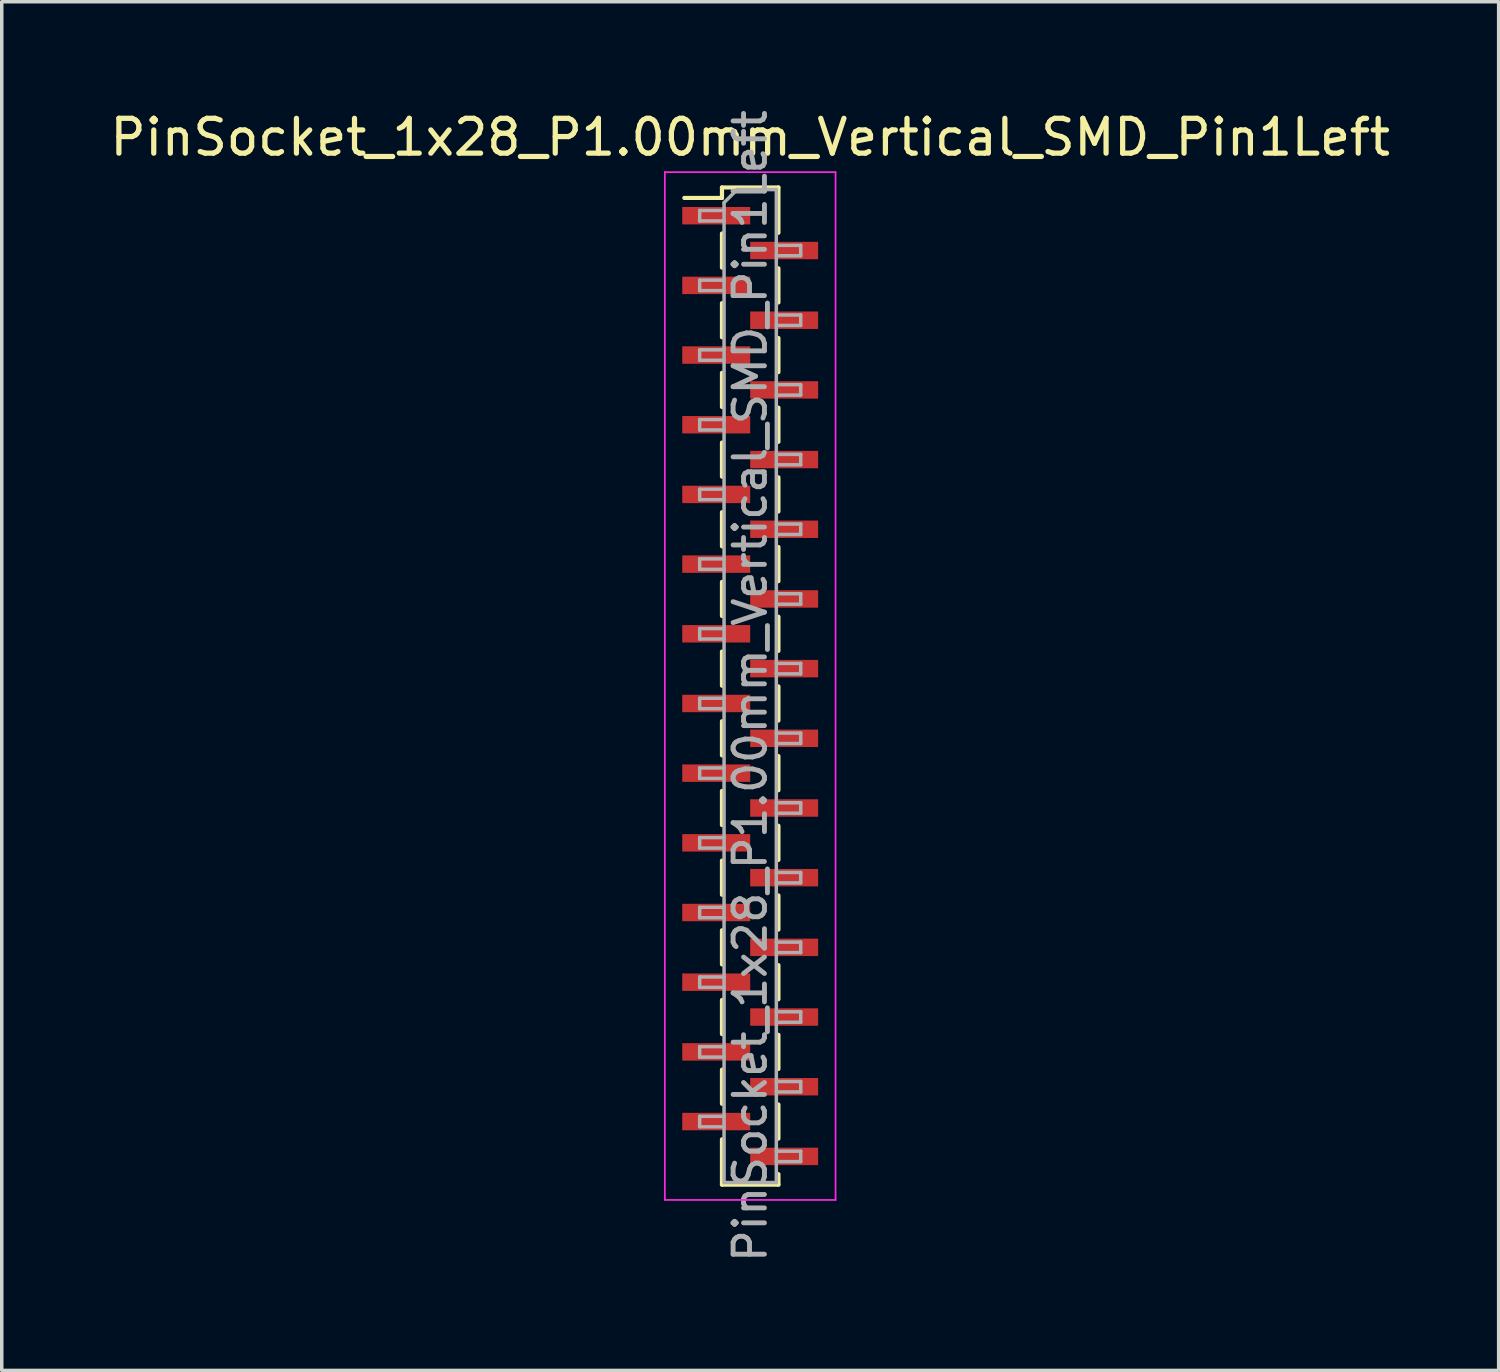
<source format=kicad_pcb>
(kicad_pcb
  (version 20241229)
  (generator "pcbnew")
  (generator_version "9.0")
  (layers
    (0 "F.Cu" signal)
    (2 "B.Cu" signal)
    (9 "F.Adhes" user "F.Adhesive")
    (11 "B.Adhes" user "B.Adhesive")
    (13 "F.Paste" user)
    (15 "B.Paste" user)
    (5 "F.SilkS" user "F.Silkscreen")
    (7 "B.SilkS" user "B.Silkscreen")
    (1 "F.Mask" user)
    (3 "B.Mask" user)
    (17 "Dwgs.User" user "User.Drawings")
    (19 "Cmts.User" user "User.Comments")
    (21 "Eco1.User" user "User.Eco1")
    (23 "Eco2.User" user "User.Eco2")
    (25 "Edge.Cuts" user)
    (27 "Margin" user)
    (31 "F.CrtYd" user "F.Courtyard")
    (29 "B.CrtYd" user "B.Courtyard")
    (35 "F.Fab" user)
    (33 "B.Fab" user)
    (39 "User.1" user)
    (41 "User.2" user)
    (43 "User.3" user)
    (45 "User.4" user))
  (footprint "PinSocket_1x28_P1.00mm_Vertical_SMD_Pin1Left"
    (layer "F.Cu")
    (at 18.482 16.641)
    (property "Reference" "PinSocket_1x28_P1.00mm_Vertical_SMD_Pin1Left" (at 0 -15.75 0) (layer "F.SilkS") (effects (font (size 1 1) (thickness 0.15))))
    (attr smd)
    (fp_line (start -1.89 -14.01) (end -0.81 -14.01) (stroke (width 0.12) (type solid)) (layer "F.SilkS"))
    (fp_line (start -0.81 -14.31) (end -0.81 -14.01) (stroke (width 0.12) (type solid)) (layer "F.SilkS"))
    (fp_line (start -0.81 -14.31) (end 0.81 -14.31) (stroke (width 0.12) (type solid)) (layer "F.SilkS"))
    (fp_line (start -0.81 -12.99) (end -0.81 -12.01) (stroke (width 0.12) (type solid)) (layer "F.SilkS"))
    (fp_line (start -0.81 -10.99) (end -0.81 -10.01) (stroke (width 0.12) (type solid)) (layer "F.SilkS"))
    (fp_line (start -0.81 -8.99) (end -0.81 -8.01) (stroke (width 0.12) (type solid)) (layer "F.SilkS"))
    (fp_line (start -0.81 -6.99) (end -0.81 -6.01) (stroke (width 0.12) (type solid)) (layer "F.SilkS"))
    (fp_line (start -0.81 -4.99) (end -0.81 -4.01) (stroke (width 0.12) (type solid)) (layer "F.SilkS"))
    (fp_line (start -0.81 -2.99) (end -0.81 -2.01) (stroke (width 0.12) (type solid)) (layer "F.SilkS"))
    (fp_line (start -0.81 -0.99) (end -0.81 -0.01) (stroke (width 0.12) (type solid)) (layer "F.SilkS"))
    (fp_line (start -0.81 1.01) (end -0.81 1.99) (stroke (width 0.12) (type solid)) (layer "F.SilkS"))
    (fp_line (start -0.81 3.01) (end -0.81 3.99) (stroke (width 0.12) (type solid)) (layer "F.SilkS"))
    (fp_line (start -0.81 5.01) (end -0.81 5.99) (stroke (width 0.12) (type solid)) (layer "F.SilkS"))
    (fp_line (start -0.81 7.01) (end -0.81 7.99) (stroke (width 0.12) (type solid)) (layer "F.SilkS"))
    (fp_line (start -0.81 9.01) (end -0.81 9.99) (stroke (width 0.12) (type solid)) (layer "F.SilkS"))
    (fp_line (start -0.81 11.01) (end -0.81 11.99) (stroke (width 0.12) (type solid)) (layer "F.SilkS"))
    (fp_line (start -0.81 13.01) (end -0.81 14.31) (stroke (width 0.12) (type solid)) (layer "F.SilkS"))
    (fp_line (start -0.81 14.31) (end 0.81 14.31) (stroke (width 0.12) (type solid)) (layer "F.SilkS"))
    (fp_line (start 0.81 -14.31) (end 0.81 -13.01) (stroke (width 0.12) (type solid)) (layer "F.SilkS"))
    (fp_line (start 0.81 -11.99) (end 0.81 -11.01) (stroke (width 0.12) (type solid)) (layer "F.SilkS"))
    (fp_line (start 0.81 -9.99) (end 0.81 -9.01) (stroke (width 0.12) (type solid)) (layer "F.SilkS"))
    (fp_line (start 0.81 -7.99) (end 0.81 -7.01) (stroke (width 0.12) (type solid)) (layer "F.SilkS"))
    (fp_line (start 0.81 -5.99) (end 0.81 -5.01) (stroke (width 0.12) (type solid)) (layer "F.SilkS"))
    (fp_line (start 0.81 -3.99) (end 0.81 -3.01) (stroke (width 0.12) (type solid)) (layer "F.SilkS"))
    (fp_line (start 0.81 -1.99) (end 0.81 -1.01) (stroke (width 0.12) (type solid)) (layer "F.SilkS"))
    (fp_line (start 0.81 0.01) (end 0.81 0.99) (stroke (width 0.12) (type solid)) (layer "F.SilkS"))
    (fp_line (start 0.81 2.01) (end 0.81 2.99) (stroke (width 0.12) (type solid)) (layer "F.SilkS"))
    (fp_line (start 0.81 4.01) (end 0.81 4.99) (stroke (width 0.12) (type solid)) (layer "F.SilkS"))
    (fp_line (start 0.81 6.01) (end 0.81 6.99) (stroke (width 0.12) (type solid)) (layer "F.SilkS"))
    (fp_line (start 0.81 8.01) (end 0.81 8.99) (stroke (width 0.12) (type solid)) (layer "F.SilkS"))
    (fp_line (start 0.81 10.01) (end 0.81 10.99) (stroke (width 0.12) (type solid)) (layer "F.SilkS"))
    (fp_line (start 0.81 12.01) (end 0.81 12.99) (stroke (width 0.12) (type solid)) (layer "F.SilkS"))
    (fp_line (start 0.81 14.01) (end 0.81 14.31) (stroke (width 0.12) (type solid)) (layer "F.SilkS"))
    (fp_line (start -2.45 -14.75) (end 2.45 -14.75) (stroke (width 0.05) (type solid)) (layer "F.CrtYd"))
    (fp_line (start -2.45 14.75) (end -2.45 -14.75) (stroke (width 0.05) (type solid)) (layer "F.CrtYd"))
    (fp_line (start 2.45 -14.75) (end 2.45 14.75) (stroke (width 0.05) (type solid)) (layer "F.CrtYd"))
    (fp_line (start 2.45 14.75) (end -2.45 14.75) (stroke (width 0.05) (type solid)) (layer "F.CrtYd"))
    (fp_line (start -1.45 -13.65) (end -0.75 -13.65) (stroke (width 0.1) (type solid)) (layer "F.Fab"))
    (fp_line (start -1.45 -13.35) (end -1.45 -13.65) (stroke (width 0.1) (type solid)) (layer "F.Fab"))
    (fp_line (start -1.45 -11.65) (end -0.75 -11.65) (stroke (width 0.1) (type solid)) (layer "F.Fab"))
    (fp_line (start -1.45 -11.35) (end -1.45 -11.65) (stroke (width 0.1) (type solid)) (layer "F.Fab"))
    (fp_line (start -1.45 -9.65) (end -0.75 -9.65) (stroke (width 0.1) (type solid)) (layer "F.Fab"))
    (fp_line (start -1.45 -9.35) (end -1.45 -9.65) (stroke (width 0.1) (type solid)) (layer "F.Fab"))
    (fp_line (start -1.45 -7.65) (end -0.75 -7.65) (stroke (width 0.1) (type solid)) (layer "F.Fab"))
    (fp_line (start -1.45 -7.35) (end -1.45 -7.65) (stroke (width 0.1) (type solid)) (layer "F.Fab"))
    (fp_line (start -1.45 -5.65) (end -0.75 -5.65) (stroke (width 0.1) (type solid)) (layer "F.Fab"))
    (fp_line (start -1.45 -5.35) (end -1.45 -5.65) (stroke (width 0.1) (type solid)) (layer "F.Fab"))
    (fp_line (start -1.45 -3.65) (end -0.75 -3.65) (stroke (width 0.1) (type solid)) (layer "F.Fab"))
    (fp_line (start -1.45 -3.35) (end -1.45 -3.65) (stroke (width 0.1) (type solid)) (layer "F.Fab"))
    (fp_line (start -1.45 -1.65) (end -0.75 -1.65) (stroke (width 0.1) (type solid)) (layer "F.Fab"))
    (fp_line (start -1.45 -1.35) (end -1.45 -1.65) (stroke (width 0.1) (type solid)) (layer "F.Fab"))
    (fp_line (start -1.45 0.35) (end -0.75 0.35) (stroke (width 0.1) (type solid)) (layer "F.Fab"))
    (fp_line (start -1.45 0.65) (end -1.45 0.35) (stroke (width 0.1) (type solid)) (layer "F.Fab"))
    (fp_line (start -1.45 2.35) (end -0.75 2.35) (stroke (width 0.1) (type solid)) (layer "F.Fab"))
    (fp_line (start -1.45 2.65) (end -1.45 2.35) (stroke (width 0.1) (type solid)) (layer "F.Fab"))
    (fp_line (start -1.45 4.35) (end -0.75 4.35) (stroke (width 0.1) (type solid)) (layer "F.Fab"))
    (fp_line (start -1.45 4.65) (end -1.45 4.35) (stroke (width 0.1) (type solid)) (layer "F.Fab"))
    (fp_line (start -1.45 6.35) (end -0.75 6.35) (stroke (width 0.1) (type solid)) (layer "F.Fab"))
    (fp_line (start -1.45 6.65) (end -1.45 6.35) (stroke (width 0.1) (type solid)) (layer "F.Fab"))
    (fp_line (start -1.45 8.35) (end -0.75 8.35) (stroke (width 0.1) (type solid)) (layer "F.Fab"))
    (fp_line (start -1.45 8.65) (end -1.45 8.35) (stroke (width 0.1) (type solid)) (layer "F.Fab"))
    (fp_line (start -1.45 10.35) (end -0.75 10.35) (stroke (width 0.1) (type solid)) (layer "F.Fab"))
    (fp_line (start -1.45 10.65) (end -1.45 10.35) (stroke (width 0.1) (type solid)) (layer "F.Fab"))
    (fp_line (start -1.45 12.35) (end -0.75 12.35) (stroke (width 0.1) (type solid)) (layer "F.Fab"))
    (fp_line (start -1.45 12.65) (end -1.45 12.35) (stroke (width 0.1) (type solid)) (layer "F.Fab"))
    (fp_line (start -0.75 -13.875) (end -0.375 -14.25) (stroke (width 0.1) (type solid)) (layer "F.Fab"))
    (fp_line (start -0.75 -13.35) (end -1.45 -13.35) (stroke (width 0.1) (type solid)) (layer "F.Fab"))
    (fp_line (start -0.75 -11.35) (end -1.45 -11.35) (stroke (width 0.1) (type solid)) (layer "F.Fab"))
    (fp_line (start -0.75 -9.35) (end -1.45 -9.35) (stroke (width 0.1) (type solid)) (layer "F.Fab"))
    (fp_line (start -0.75 -7.35) (end -1.45 -7.35) (stroke (width 0.1) (type solid)) (layer "F.Fab"))
    (fp_line (start -0.75 -5.35) (end -1.45 -5.35) (stroke (width 0.1) (type solid)) (layer "F.Fab"))
    (fp_line (start -0.75 -3.35) (end -1.45 -3.35) (stroke (width 0.1) (type solid)) (layer "F.Fab"))
    (fp_line (start -0.75 -1.35) (end -1.45 -1.35) (stroke (width 0.1) (type solid)) (layer "F.Fab"))
    (fp_line (start -0.75 0.65) (end -1.45 0.65) (stroke (width 0.1) (type solid)) (layer "F.Fab"))
    (fp_line (start -0.75 2.65) (end -1.45 2.65) (stroke (width 0.1) (type solid)) (layer "F.Fab"))
    (fp_line (start -0.75 4.65) (end -1.45 4.65) (stroke (width 0.1) (type solid)) (layer "F.Fab"))
    (fp_line (start -0.75 6.65) (end -1.45 6.65) (stroke (width 0.1) (type solid)) (layer "F.Fab"))
    (fp_line (start -0.75 8.65) (end -1.45 8.65) (stroke (width 0.1) (type solid)) (layer "F.Fab"))
    (fp_line (start -0.75 10.65) (end -1.45 10.65) (stroke (width 0.1) (type solid)) (layer "F.Fab"))
    (fp_line (start -0.75 12.65) (end -1.45 12.65) (stroke (width 0.1) (type solid)) (layer "F.Fab"))
    (fp_line (start -0.75 14.25) (end -0.75 -13.875) (stroke (width 0.1) (type solid)) (layer "F.Fab"))
    (fp_line (start -0.375 -14.25) (end 0.75 -14.25) (stroke (width 0.1) (type solid)) (layer "F.Fab"))
    (fp_line (start 0.75 -14.25) (end 0.75 14.25) (stroke (width 0.1) (type solid)) (layer "F.Fab"))
    (fp_line (start 0.75 -12.65) (end 1.45 -12.65) (stroke (width 0.1) (type solid)) (layer "F.Fab"))
    (fp_line (start 0.75 -10.65) (end 1.45 -10.65) (stroke (width 0.1) (type solid)) (layer "F.Fab"))
    (fp_line (start 0.75 -8.65) (end 1.45 -8.65) (stroke (width 0.1) (type solid)) (layer "F.Fab"))
    (fp_line (start 0.75 -6.65) (end 1.45 -6.65) (stroke (width 0.1) (type solid)) (layer "F.Fab"))
    (fp_line (start 0.75 -4.65) (end 1.45 -4.65) (stroke (width 0.1) (type solid)) (layer "F.Fab"))
    (fp_line (start 0.75 -2.65) (end 1.45 -2.65) (stroke (width 0.1) (type solid)) (layer "F.Fab"))
    (fp_line (start 0.75 -0.65) (end 1.45 -0.65) (stroke (width 0.1) (type solid)) (layer "F.Fab"))
    (fp_line (start 0.75 1.35) (end 1.45 1.35) (stroke (width 0.1) (type solid)) (layer "F.Fab"))
    (fp_line (start 0.75 3.35) (end 1.45 3.35) (stroke (width 0.1) (type solid)) (layer "F.Fab"))
    (fp_line (start 0.75 5.35) (end 1.45 5.35) (stroke (width 0.1) (type solid)) (layer "F.Fab"))
    (fp_line (start 0.75 7.35) (end 1.45 7.35) (stroke (width 0.1) (type solid)) (layer "F.Fab"))
    (fp_line (start 0.75 9.35) (end 1.45 9.35) (stroke (width 0.1) (type solid)) (layer "F.Fab"))
    (fp_line (start 0.75 11.35) (end 1.45 11.35) (stroke (width 0.1) (type solid)) (layer "F.Fab"))
    (fp_line (start 0.75 13.35) (end 1.45 13.35) (stroke (width 0.1) (type solid)) (layer "F.Fab"))
    (fp_line (start 0.75 14.25) (end -0.75 14.25) (stroke (width 0.1) (type solid)) (layer "F.Fab"))
    (fp_line (start 1.45 -12.65) (end 1.45 -12.35) (stroke (width 0.1) (type solid)) (layer "F.Fab"))
    (fp_line (start 1.45 -12.35) (end 0.75 -12.35) (stroke (width 0.1) (type solid)) (layer "F.Fab"))
    (fp_line (start 1.45 -10.65) (end 1.45 -10.35) (stroke (width 0.1) (type solid)) (layer "F.Fab"))
    (fp_line (start 1.45 -10.35) (end 0.75 -10.35) (stroke (width 0.1) (type solid)) (layer "F.Fab"))
    (fp_line (start 1.45 -8.65) (end 1.45 -8.35) (stroke (width 0.1) (type solid)) (layer "F.Fab"))
    (fp_line (start 1.45 -8.35) (end 0.75 -8.35) (stroke (width 0.1) (type solid)) (layer "F.Fab"))
    (fp_line (start 1.45 -6.65) (end 1.45 -6.35) (stroke (width 0.1) (type solid)) (layer "F.Fab"))
    (fp_line (start 1.45 -6.35) (end 0.75 -6.35) (stroke (width 0.1) (type solid)) (layer "F.Fab"))
    (fp_line (start 1.45 -4.65) (end 1.45 -4.35) (stroke (width 0.1) (type solid)) (layer "F.Fab"))
    (fp_line (start 1.45 -4.35) (end 0.75 -4.35) (stroke (width 0.1) (type solid)) (layer "F.Fab"))
    (fp_line (start 1.45 -2.65) (end 1.45 -2.35) (stroke (width 0.1) (type solid)) (layer "F.Fab"))
    (fp_line (start 1.45 -2.35) (end 0.75 -2.35) (stroke (width 0.1) (type solid)) (layer "F.Fab"))
    (fp_line (start 1.45 -0.65) (end 1.45 -0.35) (stroke (width 0.1) (type solid)) (layer "F.Fab"))
    (fp_line (start 1.45 -0.35) (end 0.75 -0.35) (stroke (width 0.1) (type solid)) (layer "F.Fab"))
    (fp_line (start 1.45 1.35) (end 1.45 1.65) (stroke (width 0.1) (type solid)) (layer "F.Fab"))
    (fp_line (start 1.45 1.65) (end 0.75 1.65) (stroke (width 0.1) (type solid)) (layer "F.Fab"))
    (fp_line (start 1.45 3.35) (end 1.45 3.65) (stroke (width 0.1) (type solid)) (layer "F.Fab"))
    (fp_line (start 1.45 3.65) (end 0.75 3.65) (stroke (width 0.1) (type solid)) (layer "F.Fab"))
    (fp_line (start 1.45 5.35) (end 1.45 5.65) (stroke (width 0.1) (type solid)) (layer "F.Fab"))
    (fp_line (start 1.45 5.65) (end 0.75 5.65) (stroke (width 0.1) (type solid)) (layer "F.Fab"))
    (fp_line (start 1.45 7.35) (end 1.45 7.65) (stroke (width 0.1) (type solid)) (layer "F.Fab"))
    (fp_line (start 1.45 7.65) (end 0.75 7.65) (stroke (width 0.1) (type solid)) (layer "F.Fab"))
    (fp_line (start 1.45 9.35) (end 1.45 9.65) (stroke (width 0.1) (type solid)) (layer "F.Fab"))
    (fp_line (start 1.45 9.65) (end 0.75 9.65) (stroke (width 0.1) (type solid)) (layer "F.Fab"))
    (fp_line (start 1.45 11.35) (end 1.45 11.65) (stroke (width 0.1) (type solid)) (layer "F.Fab"))
    (fp_line (start 1.45 11.65) (end 0.75 11.65) (stroke (width 0.1) (type solid)) (layer "F.Fab"))
    (fp_line (start 1.45 13.35) (end 1.45 13.65) (stroke (width 0.1) (type solid)) (layer "F.Fab"))
    (fp_line (start 1.45 13.65) (end 0.75 13.65) (stroke (width 0.1) (type solid)) (layer "F.Fab"))
    (fp_text user "${REFERENCE}" (at 0 0 90) (layer "F.Fab") (effects (font (size 0.9 0.9) (thickness 0.14))))
    (pad "1" smd rect (at -0.975 -13.5) (size 1.95 0.5) (layers "F.Cu" "F.Mask" "F.Paste"))
    (pad "2" smd rect (at 0.975 -12.5) (size 1.95 0.5) (layers "F.Cu" "F.Mask" "F.Paste"))
    (pad "3" smd rect (at -0.975 -11.5) (size 1.95 0.5) (layers "F.Cu" "F.Mask" "F.Paste"))
    (pad "4" smd rect (at 0.975 -10.5) (size 1.95 0.5) (layers "F.Cu" "F.Mask" "F.Paste"))
    (pad "5" smd rect (at -0.975 -9.5) (size 1.95 0.5) (layers "F.Cu" "F.Mask" "F.Paste"))
    (pad "6" smd rect (at 0.975 -8.5) (size 1.95 0.5) (layers "F.Cu" "F.Mask" "F.Paste"))
    (pad "7" smd rect (at -0.975 -7.5) (size 1.95 0.5) (layers "F.Cu" "F.Mask" "F.Paste"))
    (pad "8" smd rect (at 0.975 -6.5) (size 1.95 0.5) (layers "F.Cu" "F.Mask" "F.Paste"))
    (pad "9" smd rect (at -0.975 -5.5) (size 1.95 0.5) (layers "F.Cu" "F.Mask" "F.Paste"))
    (pad "10" smd rect (at 0.975 -4.5) (size 1.95 0.5) (layers "F.Cu" "F.Mask" "F.Paste"))
    (pad "11" smd rect (at -0.975 -3.5) (size 1.95 0.5) (layers "F.Cu" "F.Mask" "F.Paste"))
    (pad "12" smd rect (at 0.975 -2.5) (size 1.95 0.5) (layers "F.Cu" "F.Mask" "F.Paste"))
    (pad "13" smd rect (at -0.975 -1.5) (size 1.95 0.5) (layers "F.Cu" "F.Mask" "F.Paste"))
    (pad "14" smd rect (at 0.975 -0.5) (size 1.95 0.5) (layers "F.Cu" "F.Mask" "F.Paste"))
    (pad "15" smd rect (at -0.975 0.5) (size 1.95 0.5) (layers "F.Cu" "F.Mask" "F.Paste"))
    (pad "16" smd rect (at 0.975 1.5) (size 1.95 0.5) (layers "F.Cu" "F.Mask" "F.Paste"))
    (pad "17" smd rect (at -0.975 2.5) (size 1.95 0.5) (layers "F.Cu" "F.Mask" "F.Paste"))
    (pad "18" smd rect (at 0.975 3.5) (size 1.95 0.5) (layers "F.Cu" "F.Mask" "F.Paste"))
    (pad "19" smd rect (at -0.975 4.5) (size 1.95 0.5) (layers "F.Cu" "F.Mask" "F.Paste"))
    (pad "20" smd rect (at 0.975 5.5) (size 1.95 0.5) (layers "F.Cu" "F.Mask" "F.Paste"))
    (pad "21" smd rect (at -0.975 6.5) (size 1.95 0.5) (layers "F.Cu" "F.Mask" "F.Paste"))
    (pad "22" smd rect (at 0.975 7.5) (size 1.95 0.5) (layers "F.Cu" "F.Mask" "F.Paste"))
    (pad "23" smd rect (at -0.975 8.5) (size 1.95 0.5) (layers "F.Cu" "F.Mask" "F.Paste"))
    (pad "24" smd rect (at 0.975 9.5) (size 1.95 0.5) (layers "F.Cu" "F.Mask" "F.Paste"))
    (pad "25" smd rect (at -0.975 10.5) (size 1.95 0.5) (layers "F.Cu" "F.Mask" "F.Paste"))
    (pad "26" smd rect (at 0.975 11.5) (size 1.95 0.5) (layers "F.Cu" "F.Mask" "F.Paste"))
    (pad "27" smd rect (at -0.975 12.5) (size 1.95 0.5) (layers "F.Cu" "F.Mask" "F.Paste"))
    (pad "28" smd rect (at 0.975 13.5) (size 1.95 0.5) (layers "F.Cu" "F.Mask" "F.Paste")))
  (gr_rect
    (start -3 -3)
    (end 39.964 36.283)
    (stroke (width 0.1) (type default))
    (fill no)
    (layer "Edge.Cuts")))
</source>
